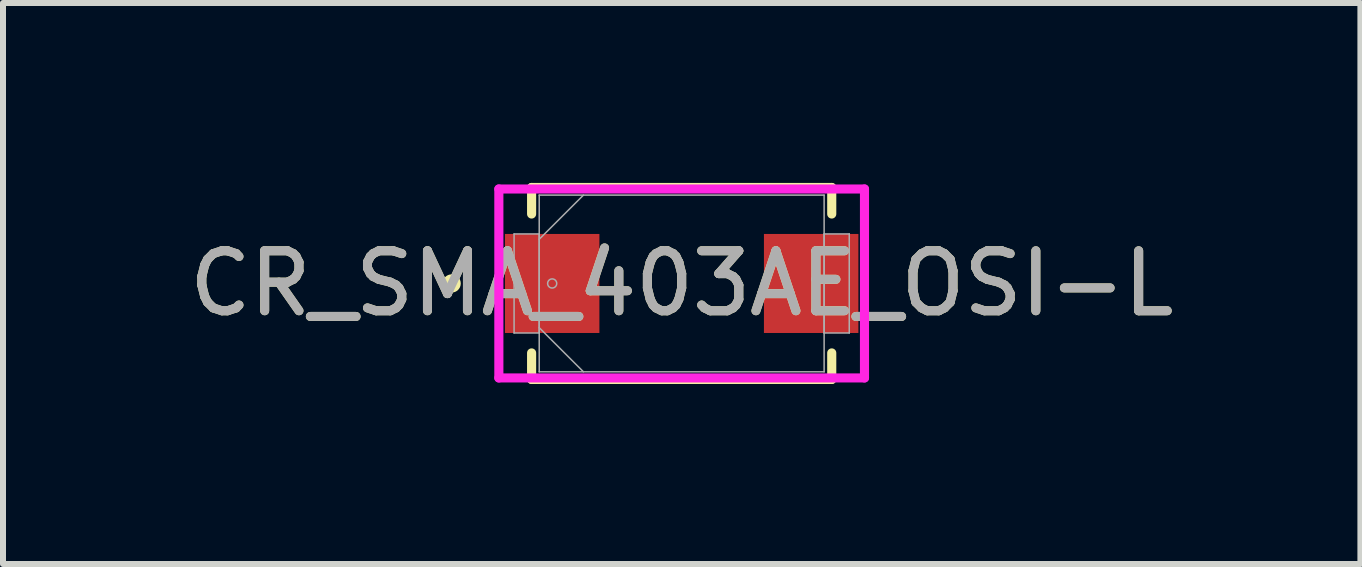
<source format=kicad_pcb>
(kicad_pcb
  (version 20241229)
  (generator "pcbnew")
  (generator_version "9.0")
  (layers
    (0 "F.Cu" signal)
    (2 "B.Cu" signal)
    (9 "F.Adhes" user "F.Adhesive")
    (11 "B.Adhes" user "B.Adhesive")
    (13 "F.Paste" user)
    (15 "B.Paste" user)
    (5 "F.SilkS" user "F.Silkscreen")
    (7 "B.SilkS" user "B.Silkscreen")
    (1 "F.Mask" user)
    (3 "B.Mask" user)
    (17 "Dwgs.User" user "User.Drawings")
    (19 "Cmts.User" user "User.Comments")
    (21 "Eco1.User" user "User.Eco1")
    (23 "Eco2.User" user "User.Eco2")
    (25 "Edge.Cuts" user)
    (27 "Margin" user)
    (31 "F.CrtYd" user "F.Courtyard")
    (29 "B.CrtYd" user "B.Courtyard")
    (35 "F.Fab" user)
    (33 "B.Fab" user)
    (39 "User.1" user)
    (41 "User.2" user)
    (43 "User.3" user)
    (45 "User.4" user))
  (footprint "CR_SMA_403AE_OSI-L"
    (layer "F.Cu")
    (at 8.315 1.676)
    (property "Reference" "CR_SMA_403AE_OSI-L" (at 0 0 0) (unlocked yes) (layer "F.SilkS") (effects (font (size 1 1) (thickness 0.15))))
    (attr smd)
    (fp_line (start -2.502 -1.6) (end -2.502 -1.158) (stroke (width 0.152) (type solid)) (layer "F.SilkS"))
    (fp_line (start -2.502 1.158) (end -2.502 1.6) (stroke (width 0.152) (type solid)) (layer "F.SilkS"))
    (fp_line (start -2.502 1.6) (end 2.502 1.6) (stroke (width 0.152) (type solid)) (layer "F.SilkS"))
    (fp_line (start 2.502 -1.6) (end -2.502 -1.6) (stroke (width 0.152) (type solid)) (layer "F.SilkS"))
    (fp_line (start 2.502 -1.158) (end 2.502 -1.6) (stroke (width 0.152) (type solid)) (layer "F.SilkS"))
    (fp_line (start 2.502 1.6) (end 2.502 1.158) (stroke (width 0.152) (type solid)) (layer "F.SilkS"))
    (fp_circle (center -3.835 0) (end -3.759 0) (stroke (width 0.152) (type solid)) (fill no) (layer "F.SilkS"))
    (fp_line (start -3.048 -1.575) (end 3.048 -1.575) (stroke (width 0.152) (type solid)) (layer "F.CrtYd"))
    (fp_line (start -3.048 1.575) (end -3.048 -1.575) (stroke (width 0.152) (type solid)) (layer "F.CrtYd"))
    (fp_line (start 3.048 -1.575) (end 3.048 1.575) (stroke (width 0.152) (type solid)) (layer "F.CrtYd"))
    (fp_line (start 3.048 1.575) (end -3.048 1.575) (stroke (width 0.152) (type solid)) (layer "F.CrtYd"))
    (fp_line (start -2.794 -0.826) (end -2.794 0.826) (stroke (width 0.025) (type solid)) (layer "F.Fab"))
    (fp_line (start -2.794 0.826) (end -2.375 0.826) (stroke (width 0.025) (type solid)) (layer "F.Fab"))
    (fp_line (start -2.375 -1.473) (end -2.375 1.473) (stroke (width 0.025) (type solid)) (layer "F.Fab"))
    (fp_line (start -2.375 -0.826) (end -2.794 -0.826) (stroke (width 0.025) (type solid)) (layer "F.Fab"))
    (fp_line (start -2.375 -0.737) (end -1.638 -1.473) (stroke (width 0.025) (type solid)) (layer "F.Fab"))
    (fp_line (start -2.375 0.737) (end -1.638 1.473) (stroke (width 0.025) (type solid)) (layer "F.Fab"))
    (fp_line (start -2.375 0.826) (end -2.375 -0.826) (stroke (width 0.025) (type solid)) (layer "F.Fab"))
    (fp_line (start -2.375 1.473) (end 2.375 1.473) (stroke (width 0.025) (type solid)) (layer "F.Fab"))
    (fp_line (start 2.375 -1.473) (end -2.375 -1.473) (stroke (width 0.025) (type solid)) (layer "F.Fab"))
    (fp_line (start 2.375 -0.826) (end 2.375 0.826) (stroke (width 0.025) (type solid)) (layer "F.Fab"))
    (fp_line (start 2.375 0.826) (end 2.794 0.826) (stroke (width 0.025) (type solid)) (layer "F.Fab"))
    (fp_line (start 2.375 1.473) (end 2.375 -1.473) (stroke (width 0.025) (type solid)) (layer "F.Fab"))
    (fp_line (start 2.794 -0.826) (end 2.375 -0.826) (stroke (width 0.025) (type solid)) (layer "F.Fab"))
    (fp_line (start 2.794 0.826) (end 2.794 -0.826) (stroke (width 0.025) (type solid)) (layer "F.Fab"))
    (fp_circle (center -2.159 0) (end -2.083 0) (stroke (width 0.025) (type solid)) (fill no) (layer "F.Fab"))
    (fp_text user "${REFERENCE}" (at 0 0 0) (unlocked yes) (layer "F.Fab") (effects (font (size 1 1) (thickness 0.15))))
    (pad "1" smd rect (at -2.159 0) (size 1.575 1.651) (layers "F.Cu" "F.Mask" "F.Paste"))
    (pad "2" smd rect (at 2.159 0) (size 1.575 1.651) (layers "F.Cu" "F.Mask" "F.Paste"))
    (zone (net_name "") (layer "F.Cu") (hatch full 0.508) (connect_pads) (min_thickness 0.254) (filled_areas_thickness no) (keepout (tracks not_allowed) (vias not_allowed) (pads allowed) (copperpour not_allowed) (footprints allowed)) (placement (enabled no)) (fill) (polygon (pts (xy 6.995 0.254) (xy 9.636 0.254) (xy 9.636 3.099) (xy 6.995 3.099)))))
  (gr_rect
    (start -3 -3)
    (end 19.631 6.353)
    (stroke (width 0.1) (type default))
    (fill no)
    (layer "Edge.Cuts")))
</source>
